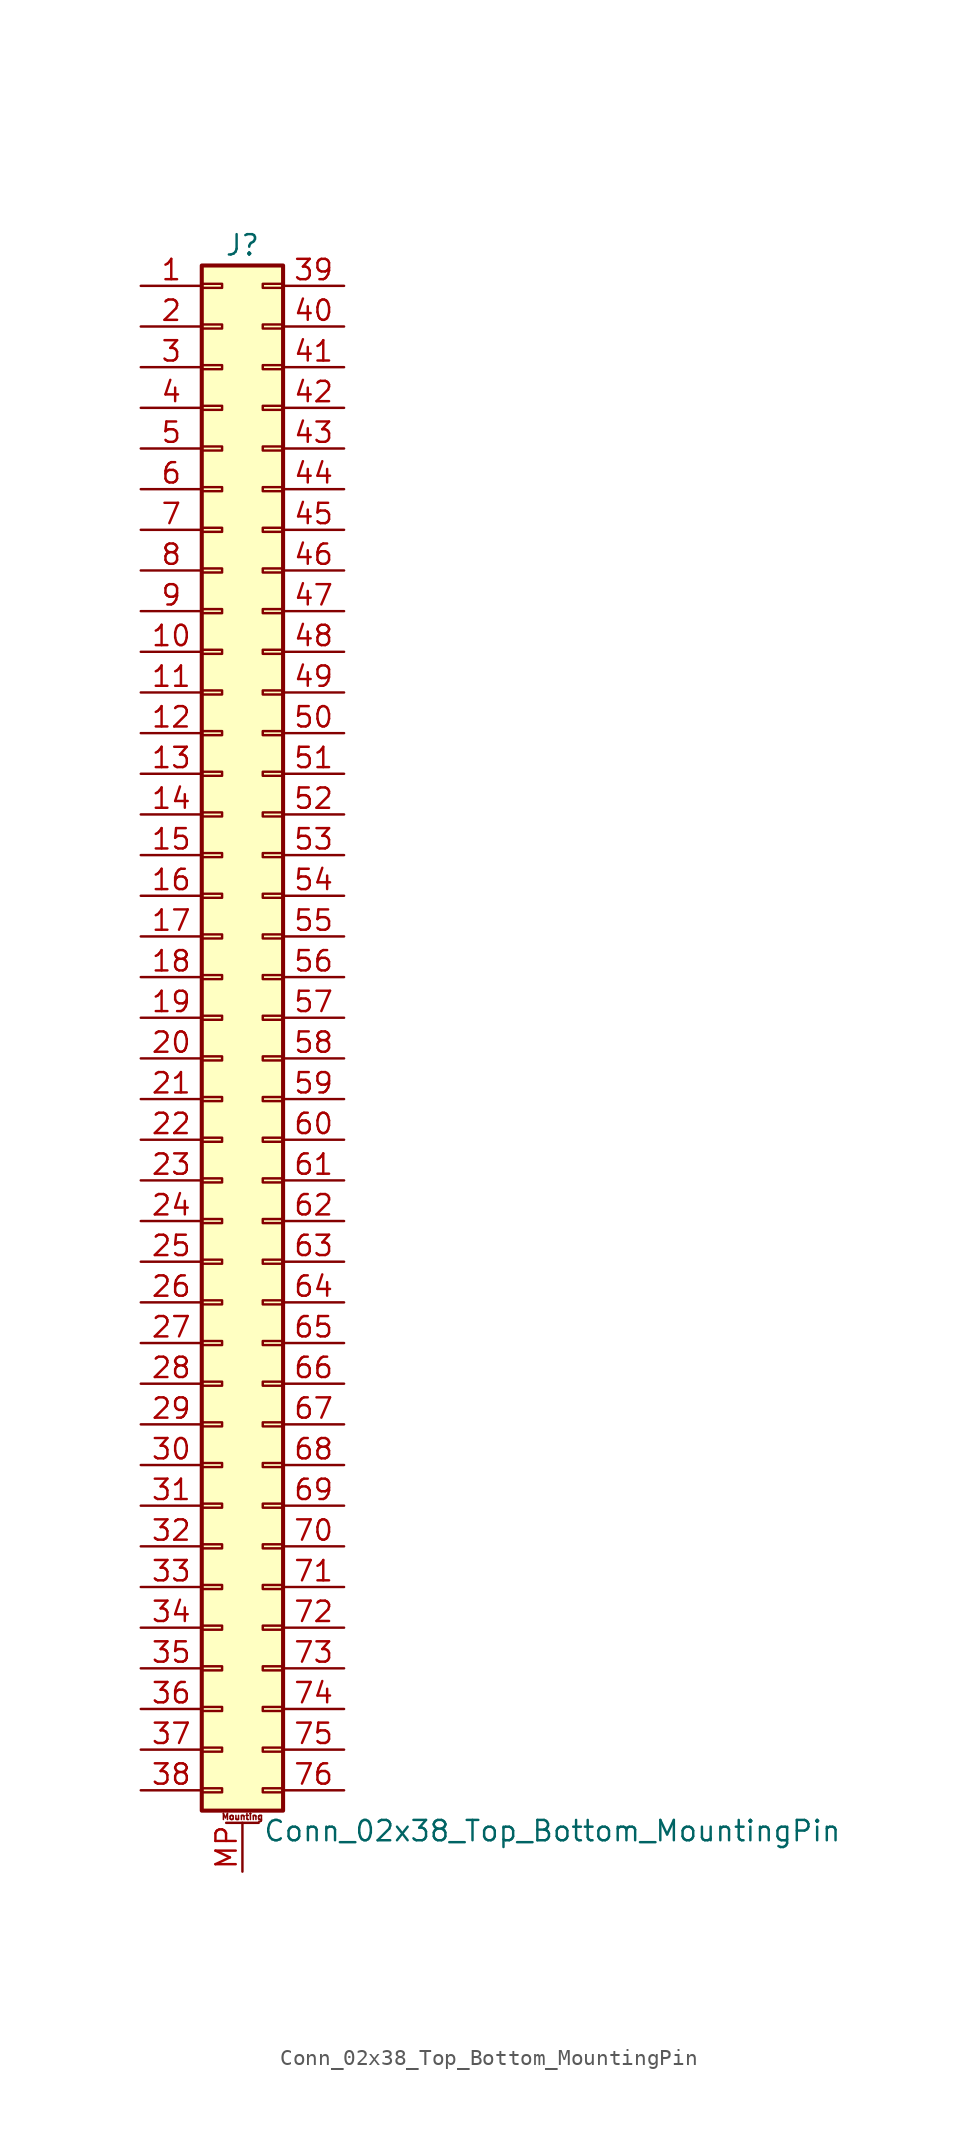
<source format=kicad_sym>
(kicad_symbol_lib
  (version 20220914)
  (generator kicad_symbol_editor)
  (symbol "Conn_02x38_Top_Bottom_MountingPin"
    (pin_names
      (offset 1.016) hide)
    (property "Reference" "J"
      (at 1.27 48.26 0)
      (effects (font (size 1.27 1.27))))
    (property "Value" "Conn_02x38_Top_Bottom_MountingPin"
      (at 2.54 -50.8 0)
      (effects (font (size 1.27 1.27)) (justify left)))
    (symbol "Conn_02x38_Top_Bottom_MountingPin_1_1"
      (rectangle (start -1.27 -48.133) (end 0 -48.387) (stroke (width 0.152) (type default)) (fill (type none)))
      (rectangle (start -1.27 -45.593) (end 0 -45.847) (stroke (width 0.152) (type default)) (fill (type none)))
      (rectangle (start -1.27 -43.053) (end 0 -43.307) (stroke (width 0.152) (type default)) (fill (type none)))
      (rectangle (start -1.27 -40.513) (end 0 -40.767) (stroke (width 0.152) (type default)) (fill (type none)))
      (rectangle (start -1.27 -37.973) (end 0 -38.227) (stroke (width 0.152) (type default)) (fill (type none)))
      (rectangle (start -1.27 -35.433) (end 0 -35.687) (stroke (width 0.152) (type default)) (fill (type none)))
      (rectangle (start -1.27 -32.893) (end 0 -33.147) (stroke (width 0.152) (type default)) (fill (type none)))
      (rectangle (start -1.27 -30.353) (end 0 -30.607) (stroke (width 0.152) (type default)) (fill (type none)))
      (rectangle (start -1.27 -27.813) (end 0 -28.067) (stroke (width 0.152) (type default)) (fill (type none)))
      (rectangle (start -1.27 -25.273) (end 0 -25.527) (stroke (width 0.152) (type default)) (fill (type none)))
      (rectangle (start -1.27 -22.733) (end 0 -22.987) (stroke (width 0.152) (type default)) (fill (type none)))
      (rectangle (start -1.27 -20.193) (end 0 -20.447) (stroke (width 0.152) (type default)) (fill (type none)))
      (rectangle (start -1.27 -17.653) (end 0 -17.907) (stroke (width 0.152) (type default)) (fill (type none)))
      (rectangle (start -1.27 -15.113) (end 0 -15.367) (stroke (width 0.152) (type default)) (fill (type none)))
      (rectangle (start -1.27 -12.573) (end 0 -12.827) (stroke (width 0.152) (type default)) (fill (type none)))
      (rectangle (start -1.27 -10.033) (end 0 -10.287) (stroke (width 0.152) (type default)) (fill (type none)))
      (rectangle (start -1.27 -7.493) (end 0 -7.747) (stroke (width 0.152) (type default)) (fill (type none)))
      (rectangle (start -1.27 -4.953) (end 0 -5.207) (stroke (width 0.152) (type default)) (fill (type none)))
      (rectangle (start -1.27 -2.413) (end 0 -2.667) (stroke (width 0.152) (type default)) (fill (type none)))
      (rectangle (start -1.27 0.127) (end 0 -0.127) (stroke (width 0.152) (type default)) (fill (type none)))
      (rectangle (start -1.27 2.667) (end 0 2.413) (stroke (width 0.152) (type default)) (fill (type none)))
      (rectangle (start -1.27 5.207) (end 0 4.953) (stroke (width 0.152) (type default)) (fill (type none)))
      (rectangle (start -1.27 7.747) (end 0 7.493) (stroke (width 0.152) (type default)) (fill (type none)))
      (rectangle (start -1.27 10.287) (end 0 10.033) (stroke (width 0.152) (type default)) (fill (type none)))
      (rectangle (start -1.27 12.827) (end 0 12.573) (stroke (width 0.152) (type default)) (fill (type none)))
      (rectangle (start -1.27 15.367) (end 0 15.113) (stroke (width 0.152) (type default)) (fill (type none)))
      (rectangle (start -1.27 17.907) (end 0 17.653) (stroke (width 0.152) (type default)) (fill (type none)))
      (rectangle (start -1.27 20.447) (end 0 20.193) (stroke (width 0.152) (type default)) (fill (type none)))
      (rectangle (start -1.27 22.987) (end 0 22.733) (stroke (width 0.152) (type default)) (fill (type none)))
      (rectangle (start -1.27 25.527) (end 0 25.273) (stroke (width 0.152) (type default)) (fill (type none)))
      (rectangle (start -1.27 28.067) (end 0 27.813) (stroke (width 0.152) (type default)) (fill (type none)))
      (rectangle (start -1.27 30.607) (end 0 30.353) (stroke (width 0.152) (type default)) (fill (type none)))
      (rectangle (start -1.27 33.147) (end 0 32.893) (stroke (width 0.152) (type default)) (fill (type none)))
      (rectangle (start -1.27 35.687) (end 0 35.433) (stroke (width 0.152) (type default)) (fill (type none)))
      (rectangle (start -1.27 38.227) (end 0 37.973) (stroke (width 0.152) (type default)) (fill (type none)))
      (rectangle (start -1.27 40.767) (end 0 40.513) (stroke (width 0.152) (type default)) (fill (type none)))
      (rectangle (start -1.27 43.307) (end 0 43.053) (stroke (width 0.152) (type default)) (fill (type none)))
      (rectangle (start -1.27 45.847) (end 0 45.593) (stroke (width 0.152) (type default)) (fill (type none)))
      (rectangle (start -1.27 46.99) (end 3.81 -49.53) (stroke (width 0.254) (type default)) (fill (type background)))
      (polyline (pts (xy 0.254 -50.292) (xy 2.286 -50.292)) (stroke (width 0.152) (type default)) (fill (type none)))
      (rectangle (start 3.81 -48.133) (end 2.54 -48.387) (stroke (width 0.152) (type default)) (fill (type none)))
      (rectangle (start 3.81 -45.593) (end 2.54 -45.847) (stroke (width 0.152) (type default)) (fill (type none)))
      (rectangle (start 3.81 -43.053) (end 2.54 -43.307) (stroke (width 0.152) (type default)) (fill (type none)))
      (rectangle (start 3.81 -40.513) (end 2.54 -40.767) (stroke (width 0.152) (type default)) (fill (type none)))
      (rectangle (start 3.81 -37.973) (end 2.54 -38.227) (stroke (width 0.152) (type default)) (fill (type none)))
      (rectangle (start 3.81 -35.433) (end 2.54 -35.687) (stroke (width 0.152) (type default)) (fill (type none)))
      (rectangle (start 3.81 -32.893) (end 2.54 -33.147) (stroke (width 0.152) (type default)) (fill (type none)))
      (rectangle (start 3.81 -30.353) (end 2.54 -30.607) (stroke (width 0.152) (type default)) (fill (type none)))
      (rectangle (start 3.81 -27.813) (end 2.54 -28.067) (stroke (width 0.152) (type default)) (fill (type none)))
      (rectangle (start 3.81 -25.273) (end 2.54 -25.527) (stroke (width 0.152) (type default)) (fill (type none)))
      (rectangle (start 3.81 -22.733) (end 2.54 -22.987) (stroke (width 0.152) (type default)) (fill (type none)))
      (rectangle (start 3.81 -20.193) (end 2.54 -20.447) (stroke (width 0.152) (type default)) (fill (type none)))
      (rectangle (start 3.81 -17.653) (end 2.54 -17.907) (stroke (width 0.152) (type default)) (fill (type none)))
      (rectangle (start 3.81 -15.113) (end 2.54 -15.367) (stroke (width 0.152) (type default)) (fill (type none)))
      (rectangle (start 3.81 -12.573) (end 2.54 -12.827) (stroke (width 0.152) (type default)) (fill (type none)))
      (rectangle (start 3.81 -10.033) (end 2.54 -10.287) (stroke (width 0.152) (type default)) (fill (type none)))
      (rectangle (start 3.81 -7.493) (end 2.54 -7.747) (stroke (width 0.152) (type default)) (fill (type none)))
      (rectangle (start 3.81 -4.953) (end 2.54 -5.207) (stroke (width 0.152) (type default)) (fill (type none)))
      (rectangle (start 3.81 -2.413) (end 2.54 -2.667) (stroke (width 0.152) (type default)) (fill (type none)))
      (rectangle (start 3.81 0.127) (end 2.54 -0.127) (stroke (width 0.152) (type default)) (fill (type none)))
      (rectangle (start 3.81 2.667) (end 2.54 2.413) (stroke (width 0.152) (type default)) (fill (type none)))
      (rectangle (start 3.81 5.207) (end 2.54 4.953) (stroke (width 0.152) (type default)) (fill (type none)))
      (rectangle (start 3.81 7.747) (end 2.54 7.493) (stroke (width 0.152) (type default)) (fill (type none)))
      (rectangle (start 3.81 10.287) (end 2.54 10.033) (stroke (width 0.152) (type default)) (fill (type none)))
      (rectangle (start 3.81 12.827) (end 2.54 12.573) (stroke (width 0.152) (type default)) (fill (type none)))
      (rectangle (start 3.81 15.367) (end 2.54 15.113) (stroke (width 0.152) (type default)) (fill (type none)))
      (rectangle (start 3.81 17.907) (end 2.54 17.653) (stroke (width 0.152) (type default)) (fill (type none)))
      (rectangle (start 3.81 20.447) (end 2.54 20.193) (stroke (width 0.152) (type default)) (fill (type none)))
      (rectangle (start 3.81 22.987) (end 2.54 22.733) (stroke (width 0.152) (type default)) (fill (type none)))
      (rectangle (start 3.81 25.527) (end 2.54 25.273) (stroke (width 0.152) (type default)) (fill (type none)))
      (rectangle (start 3.81 28.067) (end 2.54 27.813) (stroke (width 0.152) (type default)) (fill (type none)))
      (rectangle (start 3.81 30.607) (end 2.54 30.353) (stroke (width 0.152) (type default)) (fill (type none)))
      (rectangle (start 3.81 33.147) (end 2.54 32.893) (stroke (width 0.152) (type default)) (fill (type none)))
      (rectangle (start 3.81 35.687) (end 2.54 35.433) (stroke (width 0.152) (type default)) (fill (type none)))
      (rectangle (start 3.81 38.227) (end 2.54 37.973) (stroke (width 0.152) (type default)) (fill (type none)))
      (rectangle (start 3.81 40.767) (end 2.54 40.513) (stroke (width 0.152) (type default)) (fill (type none)))
      (rectangle (start 3.81 43.307) (end 2.54 43.053) (stroke (width 0.152) (type default)) (fill (type none)))
      (rectangle (start 3.81 45.847) (end 2.54 45.593) (stroke (width 0.152) (type default)) (fill (type none)))
      (text "Mounting" (at 1.27 -49.911 0) (effects (font (size 0.381 0.381))))
      (pin passive line (at -5.08 45.72 0) (length 3.81) (name "Pin_1" (effects (font (size 1.27 1.27)))) (number "1" (effects (font (size 1.27 1.27)))))
      (pin passive line (at -5.08 22.86 0) (length 3.81) (name "Pin_10" (effects (font (size 1.27 1.27)))) (number "10" (effects (font (size 1.27 1.27)))))
      (pin passive line (at -5.08 20.32 0) (length 3.81) (name "Pin_11" (effects (font (size 1.27 1.27)))) (number "11" (effects (font (size 1.27 1.27)))))
      (pin passive line (at -5.08 17.78 0) (length 3.81) (name "Pin_12" (effects (font (size 1.27 1.27)))) (number "12" (effects (font (size 1.27 1.27)))))
      (pin passive line (at -5.08 15.24 0) (length 3.81) (name "Pin_13" (effects (font (size 1.27 1.27)))) (number "13" (effects (font (size 1.27 1.27)))))
      (pin passive line (at -5.08 12.7 0) (length 3.81) (name "Pin_14" (effects (font (size 1.27 1.27)))) (number "14" (effects (font (size 1.27 1.27)))))
      (pin passive line (at -5.08 10.16 0) (length 3.81) (name "Pin_15" (effects (font (size 1.27 1.27)))) (number "15" (effects (font (size 1.27 1.27)))))
      (pin passive line (at -5.08 7.62 0) (length 3.81) (name "Pin_16" (effects (font (size 1.27 1.27)))) (number "16" (effects (font (size 1.27 1.27)))))
      (pin passive line (at -5.08 5.08 0) (length 3.81) (name "Pin_17" (effects (font (size 1.27 1.27)))) (number "17" (effects (font (size 1.27 1.27)))))
      (pin passive line (at -5.08 2.54 0) (length 3.81) (name "Pin_18" (effects (font (size 1.27 1.27)))) (number "18" (effects (font (size 1.27 1.27)))))
      (pin passive line (at -5.08 0 0) (length 3.81) (name "Pin_19" (effects (font (size 1.27 1.27)))) (number "19" (effects (font (size 1.27 1.27)))))
      (pin passive line (at -5.08 43.18 0) (length 3.81) (name "Pin_2" (effects (font (size 1.27 1.27)))) (number "2" (effects (font (size 1.27 1.27)))))
      (pin passive line (at -5.08 -2.54 0) (length 3.81) (name "Pin_20" (effects (font (size 1.27 1.27)))) (number "20" (effects (font (size 1.27 1.27)))))
      (pin passive line (at -5.08 -5.08 0) (length 3.81) (name "Pin_21" (effects (font (size 1.27 1.27)))) (number "21" (effects (font (size 1.27 1.27)))))
      (pin passive line (at -5.08 -7.62 0) (length 3.81) (name "Pin_22" (effects (font (size 1.27 1.27)))) (number "22" (effects (font (size 1.27 1.27)))))
      (pin passive line (at -5.08 -10.16 0) (length 3.81) (name "Pin_23" (effects (font (size 1.27 1.27)))) (number "23" (effects (font (size 1.27 1.27)))))
      (pin passive line (at -5.08 -12.7 0) (length 3.81) (name "Pin_24" (effects (font (size 1.27 1.27)))) (number "24" (effects (font (size 1.27 1.27)))))
      (pin passive line (at -5.08 -15.24 0) (length 3.81) (name "Pin_25" (effects (font (size 1.27 1.27)))) (number "25" (effects (font (size 1.27 1.27)))))
      (pin passive line (at -5.08 -17.78 0) (length 3.81) (name "Pin_26" (effects (font (size 1.27 1.27)))) (number "26" (effects (font (size 1.27 1.27)))))
      (pin passive line (at -5.08 -20.32 0) (length 3.81) (name "Pin_27" (effects (font (size 1.27 1.27)))) (number "27" (effects (font (size 1.27 1.27)))))
      (pin passive line (at -5.08 -22.86 0) (length 3.81) (name "Pin_28" (effects (font (size 1.27 1.27)))) (number "28" (effects (font (size 1.27 1.27)))))
      (pin passive line (at -5.08 -25.4 0) (length 3.81) (name "Pin_29" (effects (font (size 1.27 1.27)))) (number "29" (effects (font (size 1.27 1.27)))))
      (pin passive line (at -5.08 40.64 0) (length 3.81) (name "Pin_3" (effects (font (size 1.27 1.27)))) (number "3" (effects (font (size 1.27 1.27)))))
      (pin passive line (at -5.08 -27.94 0) (length 3.81) (name "Pin_30" (effects (font (size 1.27 1.27)))) (number "30" (effects (font (size 1.27 1.27)))))
      (pin passive line (at -5.08 -30.48 0) (length 3.81) (name "Pin_31" (effects (font (size 1.27 1.27)))) (number "31" (effects (font (size 1.27 1.27)))))
      (pin passive line (at -5.08 -33.02 0) (length 3.81) (name "Pin_32" (effects (font (size 1.27 1.27)))) (number "32" (effects (font (size 1.27 1.27)))))
      (pin passive line (at -5.08 -35.56 0) (length 3.81) (name "Pin_33" (effects (font (size 1.27 1.27)))) (number "33" (effects (font (size 1.27 1.27)))))
      (pin passive line (at -5.08 -38.1 0) (length 3.81) (name "Pin_34" (effects (font (size 1.27 1.27)))) (number "34" (effects (font (size 1.27 1.27)))))
      (pin passive line (at -5.08 -40.64 0) (length 3.81) (name "Pin_35" (effects (font (size 1.27 1.27)))) (number "35" (effects (font (size 1.27 1.27)))))
      (pin passive line (at -5.08 -43.18 0) (length 3.81) (name "Pin_36" (effects (font (size 1.27 1.27)))) (number "36" (effects (font (size 1.27 1.27)))))
      (pin passive line (at -5.08 -45.72 0) (length 3.81) (name "Pin_37" (effects (font (size 1.27 1.27)))) (number "37" (effects (font (size 1.27 1.27)))))
      (pin passive line (at -5.08 -48.26 0) (length 3.81) (name "Pin_38" (effects (font (size 1.27 1.27)))) (number "38" (effects (font (size 1.27 1.27)))))
      (pin passive line (at 7.62 45.72 180) (length 3.81) (name "Pin_39" (effects (font (size 1.27 1.27)))) (number "39" (effects (font (size 1.27 1.27)))))
      (pin passive line (at -5.08 38.1 0) (length 3.81) (name "Pin_4" (effects (font (size 1.27 1.27)))) (number "4" (effects (font (size 1.27 1.27)))))
      (pin passive line (at 7.62 43.18 180) (length 3.81) (name "Pin_40" (effects (font (size 1.27 1.27)))) (number "40" (effects (font (size 1.27 1.27)))))
      (pin passive line (at 7.62 40.64 180) (length 3.81) (name "Pin_41" (effects (font (size 1.27 1.27)))) (number "41" (effects (font (size 1.27 1.27)))))
      (pin passive line (at 7.62 38.1 180) (length 3.81) (name "Pin_42" (effects (font (size 1.27 1.27)))) (number "42" (effects (font (size 1.27 1.27)))))
      (pin passive line (at 7.62 35.56 180) (length 3.81) (name "Pin_43" (effects (font (size 1.27 1.27)))) (number "43" (effects (font (size 1.27 1.27)))))
      (pin passive line (at 7.62 33.02 180) (length 3.81) (name "Pin_44" (effects (font (size 1.27 1.27)))) (number "44" (effects (font (size 1.27 1.27)))))
      (pin passive line (at 7.62 30.48 180) (length 3.81) (name "Pin_45" (effects (font (size 1.27 1.27)))) (number "45" (effects (font (size 1.27 1.27)))))
      (pin passive line (at 7.62 27.94 180) (length 3.81) (name "Pin_46" (effects (font (size 1.27 1.27)))) (number "46" (effects (font (size 1.27 1.27)))))
      (pin passive line (at 7.62 25.4 180) (length 3.81) (name "Pin_47" (effects (font (size 1.27 1.27)))) (number "47" (effects (font (size 1.27 1.27)))))
      (pin passive line (at 7.62 22.86 180) (length 3.81) (name "Pin_48" (effects (font (size 1.27 1.27)))) (number "48" (effects (font (size 1.27 1.27)))))
      (pin passive line (at 7.62 20.32 180) (length 3.81) (name "Pin_49" (effects (font (size 1.27 1.27)))) (number "49" (effects (font (size 1.27 1.27)))))
      (pin passive line (at -5.08 35.56 0) (length 3.81) (name "Pin_5" (effects (font (size 1.27 1.27)))) (number "5" (effects (font (size 1.27 1.27)))))
      (pin passive line (at 7.62 17.78 180) (length 3.81) (name "Pin_50" (effects (font (size 1.27 1.27)))) (number "50" (effects (font (size 1.27 1.27)))))
      (pin passive line (at 7.62 15.24 180) (length 3.81) (name "Pin_51" (effects (font (size 1.27 1.27)))) (number "51" (effects (font (size 1.27 1.27)))))
      (pin passive line (at 7.62 12.7 180) (length 3.81) (name "Pin_52" (effects (font (size 1.27 1.27)))) (number "52" (effects (font (size 1.27 1.27)))))
      (pin passive line (at 7.62 10.16 180) (length 3.81) (name "Pin_53" (effects (font (size 1.27 1.27)))) (number "53" (effects (font (size 1.27 1.27)))))
      (pin passive line (at 7.62 7.62 180) (length 3.81) (name "Pin_54" (effects (font (size 1.27 1.27)))) (number "54" (effects (font (size 1.27 1.27)))))
      (pin passive line (at 7.62 5.08 180) (length 3.81) (name "Pin_55" (effects (font (size 1.27 1.27)))) (number "55" (effects (font (size 1.27 1.27)))))
      (pin passive line (at 7.62 2.54 180) (length 3.81) (name "Pin_56" (effects (font (size 1.27 1.27)))) (number "56" (effects (font (size 1.27 1.27)))))
      (pin passive line (at 7.62 0 180) (length 3.81) (name "Pin_57" (effects (font (size 1.27 1.27)))) (number "57" (effects (font (size 1.27 1.27)))))
      (pin passive line (at 7.62 -2.54 180) (length 3.81) (name "Pin_58" (effects (font (size 1.27 1.27)))) (number "58" (effects (font (size 1.27 1.27)))))
      (pin passive line (at 7.62 -5.08 180) (length 3.81) (name "Pin_59" (effects (font (size 1.27 1.27)))) (number "59" (effects (font (size 1.27 1.27)))))
      (pin passive line (at -5.08 33.02 0) (length 3.81) (name "Pin_6" (effects (font (size 1.27 1.27)))) (number "6" (effects (font (size 1.27 1.27)))))
      (pin passive line (at 7.62 -7.62 180) (length 3.81) (name "Pin_60" (effects (font (size 1.27 1.27)))) (number "60" (effects (font (size 1.27 1.27)))))
      (pin passive line (at 7.62 -10.16 180) (length 3.81) (name "Pin_61" (effects (font (size 1.27 1.27)))) (number "61" (effects (font (size 1.27 1.27)))))
      (pin passive line (at 7.62 -12.7 180) (length 3.81) (name "Pin_62" (effects (font (size 1.27 1.27)))) (number "62" (effects (font (size 1.27 1.27)))))
      (pin passive line (at 7.62 -15.24 180) (length 3.81) (name "Pin_63" (effects (font (size 1.27 1.27)))) (number "63" (effects (font (size 1.27 1.27)))))
      (pin passive line (at 7.62 -17.78 180) (length 3.81) (name "Pin_64" (effects (font (size 1.27 1.27)))) (number "64" (effects (font (size 1.27 1.27)))))
      (pin passive line (at 7.62 -20.32 180) (length 3.81) (name "Pin_65" (effects (font (size 1.27 1.27)))) (number "65" (effects (font (size 1.27 1.27)))))
      (pin passive line (at 7.62 -22.86 180) (length 3.81) (name "Pin_66" (effects (font (size 1.27 1.27)))) (number "66" (effects (font (size 1.27 1.27)))))
      (pin passive line (at 7.62 -25.4 180) (length 3.81) (name "Pin_67" (effects (font (size 1.27 1.27)))) (number "67" (effects (font (size 1.27 1.27)))))
      (pin passive line (at 7.62 -27.94 180) (length 3.81) (name "Pin_68" (effects (font (size 1.27 1.27)))) (number "68" (effects (font (size 1.27 1.27)))))
      (pin passive line (at 7.62 -30.48 180) (length 3.81) (name "Pin_69" (effects (font (size 1.27 1.27)))) (number "69" (effects (font (size 1.27 1.27)))))
      (pin passive line (at -5.08 30.48 0) (length 3.81) (name "Pin_7" (effects (font (size 1.27 1.27)))) (number "7" (effects (font (size 1.27 1.27)))))
      (pin passive line (at 7.62 -33.02 180) (length 3.81) (name "Pin_70" (effects (font (size 1.27 1.27)))) (number "70" (effects (font (size 1.27 1.27)))))
      (pin passive line (at 7.62 -35.56 180) (length 3.81) (name "Pin_71" (effects (font (size 1.27 1.27)))) (number "71" (effects (font (size 1.27 1.27)))))
      (pin passive line (at 7.62 -38.1 180) (length 3.81) (name "Pin_72" (effects (font (size 1.27 1.27)))) (number "72" (effects (font (size 1.27 1.27)))))
      (pin passive line (at 7.62 -40.64 180) (length 3.81) (name "Pin_73" (effects (font (size 1.27 1.27)))) (number "73" (effects (font (size 1.27 1.27)))))
      (pin passive line (at 7.62 -43.18 180) (length 3.81) (name "Pin_74" (effects (font (size 1.27 1.27)))) (number "74" (effects (font (size 1.27 1.27)))))
      (pin passive line (at 7.62 -45.72 180) (length 3.81) (name "Pin_75" (effects (font (size 1.27 1.27)))) (number "75" (effects (font (size 1.27 1.27)))))
      (pin passive line (at 7.62 -48.26 180) (length 3.81) (name "Pin_76" (effects (font (size 1.27 1.27)))) (number "76" (effects (font (size 1.27 1.27)))))
      (pin passive line (at -5.08 27.94 0) (length 3.81) (name "Pin_8" (effects (font (size 1.27 1.27)))) (number "8" (effects (font (size 1.27 1.27)))))
      (pin passive line (at -5.08 25.4 0) (length 3.81) (name "Pin_9" (effects (font (size 1.27 1.27)))) (number "9" (effects (font (size 1.27 1.27)))))
      (pin passive line (at 1.27 -53.34 90) (length 3.048) (name "MountPin" (effects (font (size 1.27 1.27)))) (number "MP" (effects (font (size 1.27 1.27))))))))
</source>
